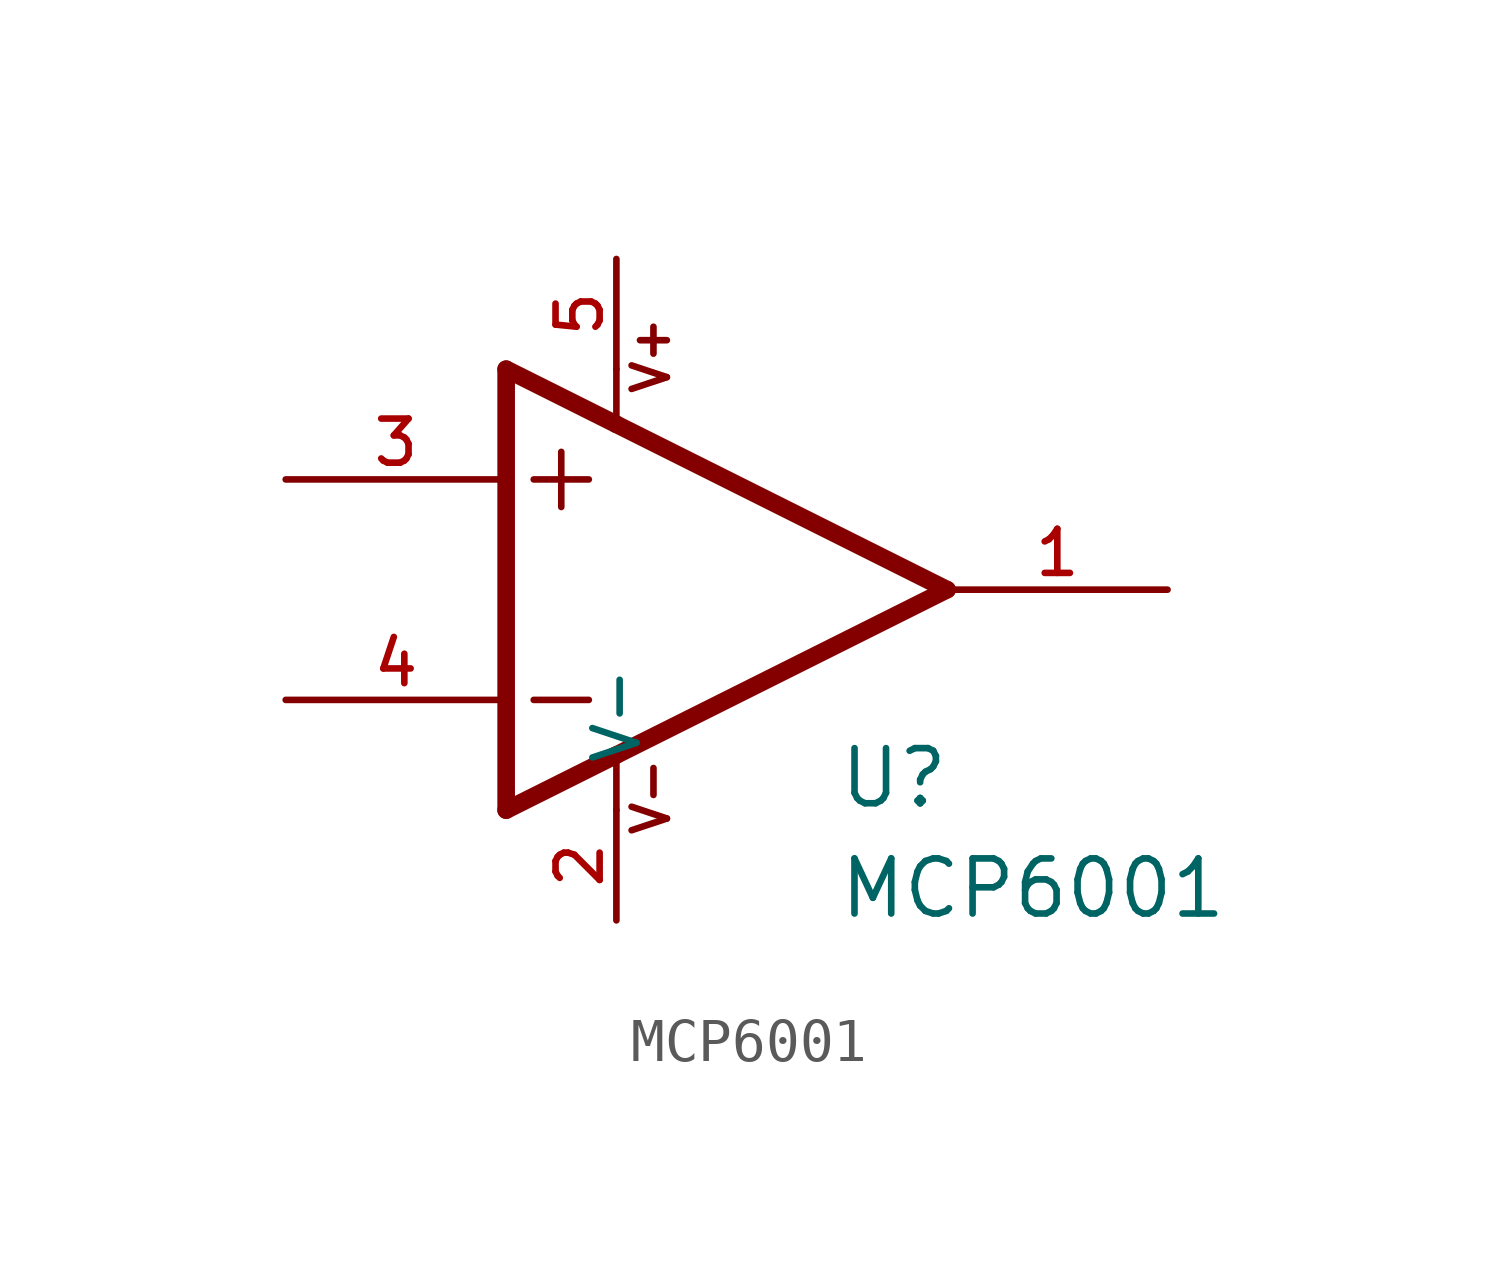
<source format=kicad_sym>
(kicad_symbol_lib
  (version 20211014)
  (generator kicad_symbol_editor)
  (symbol "MCP6001"
    (pin_names
      (offset 1.016))
    (property "Reference" "U"
      (at 5.085 -5.085 0)
      (effects (font (size 1.27 1.27)) (justify bottom left)))
    (property "Value" "MCP6001"
      (at 5.084 -7.626 0)
      (effects (font (size 1.27 1.27)) (justify bottom left)))
    (symbol "MCP6001_0_0"
      (polyline (pts (xy -1.27 3.175) (xy -1.27 1.905)) (stroke (width 0.152)))
      (polyline (pts (xy -1.905 2.54) (xy -0.635 2.54)) (stroke (width 0.152)))
      (polyline (pts (xy -1.905 -2.54) (xy -0.635 -2.54)) (stroke (width 0.152)))
      (polyline (pts (xy 7.62 0.0) (xy 0.0 3.81)) (stroke (width 0.406)))
      (polyline (pts (xy -2.54 5.08) (xy -2.54 -5.08)) (stroke (width 0.406)))
      (polyline (pts (xy -2.54 -5.08) (xy 0.0 -3.81)) (stroke (width 0.406)))
      (polyline (pts (xy 0.0 3.81) (xy 0.0 5.08)) (stroke (width 0.152)))
      (polyline (pts (xy 0.0 3.81) (xy -2.54 5.08)) (stroke (width 0.406)))
      (polyline (pts (xy 0.0 -3.81) (xy 0.0 -5.08)) (stroke (width 0.152)))
      (polyline (pts (xy 0.0 -3.81) (xy 7.62 0.0)) (stroke (width 0.406)))
      (text "V+" (at 1.271 4.448 900) (effects (font (size 0.813 0.813)) (justify bottom left)))
      (text "V-" (at 1.272 -5.722 900) (effects (font (size 0.814 0.814)) (justify bottom left)))
      (pin input line (at -7.62 -2.54 0) (length 5.08) (name "~" (effects (font (size 1.016 1.016)))) (number "4" (effects (font (size 1.016 1.016)))))
      (pin input line (at -7.62 2.54 0) (length 5.08) (name "~" (effects (font (size 1.016 1.016)))) (number "3" (effects (font (size 1.016 1.016)))))
      (pin output line (at 12.7 0.0 180.0) (length 5.08) (name "~" (effects (font (size 1.016 1.016)))) (number "1" (effects (font (size 1.016 1.016)))))
      (pin power_in line (at 0.0 7.62 270.0) (length 2.54) (name "~" (effects (font (size 1.016 1.016)))) (number "5" (effects (font (size 1.016 1.016)))))
      (pin power_in line (at 0.0 -7.62 90.0) (length 2.54) (name "V-" (effects (font (size 1.016 1.016)))) (number "2" (effects (font (size 1.016 1.016))))))))
</source>
